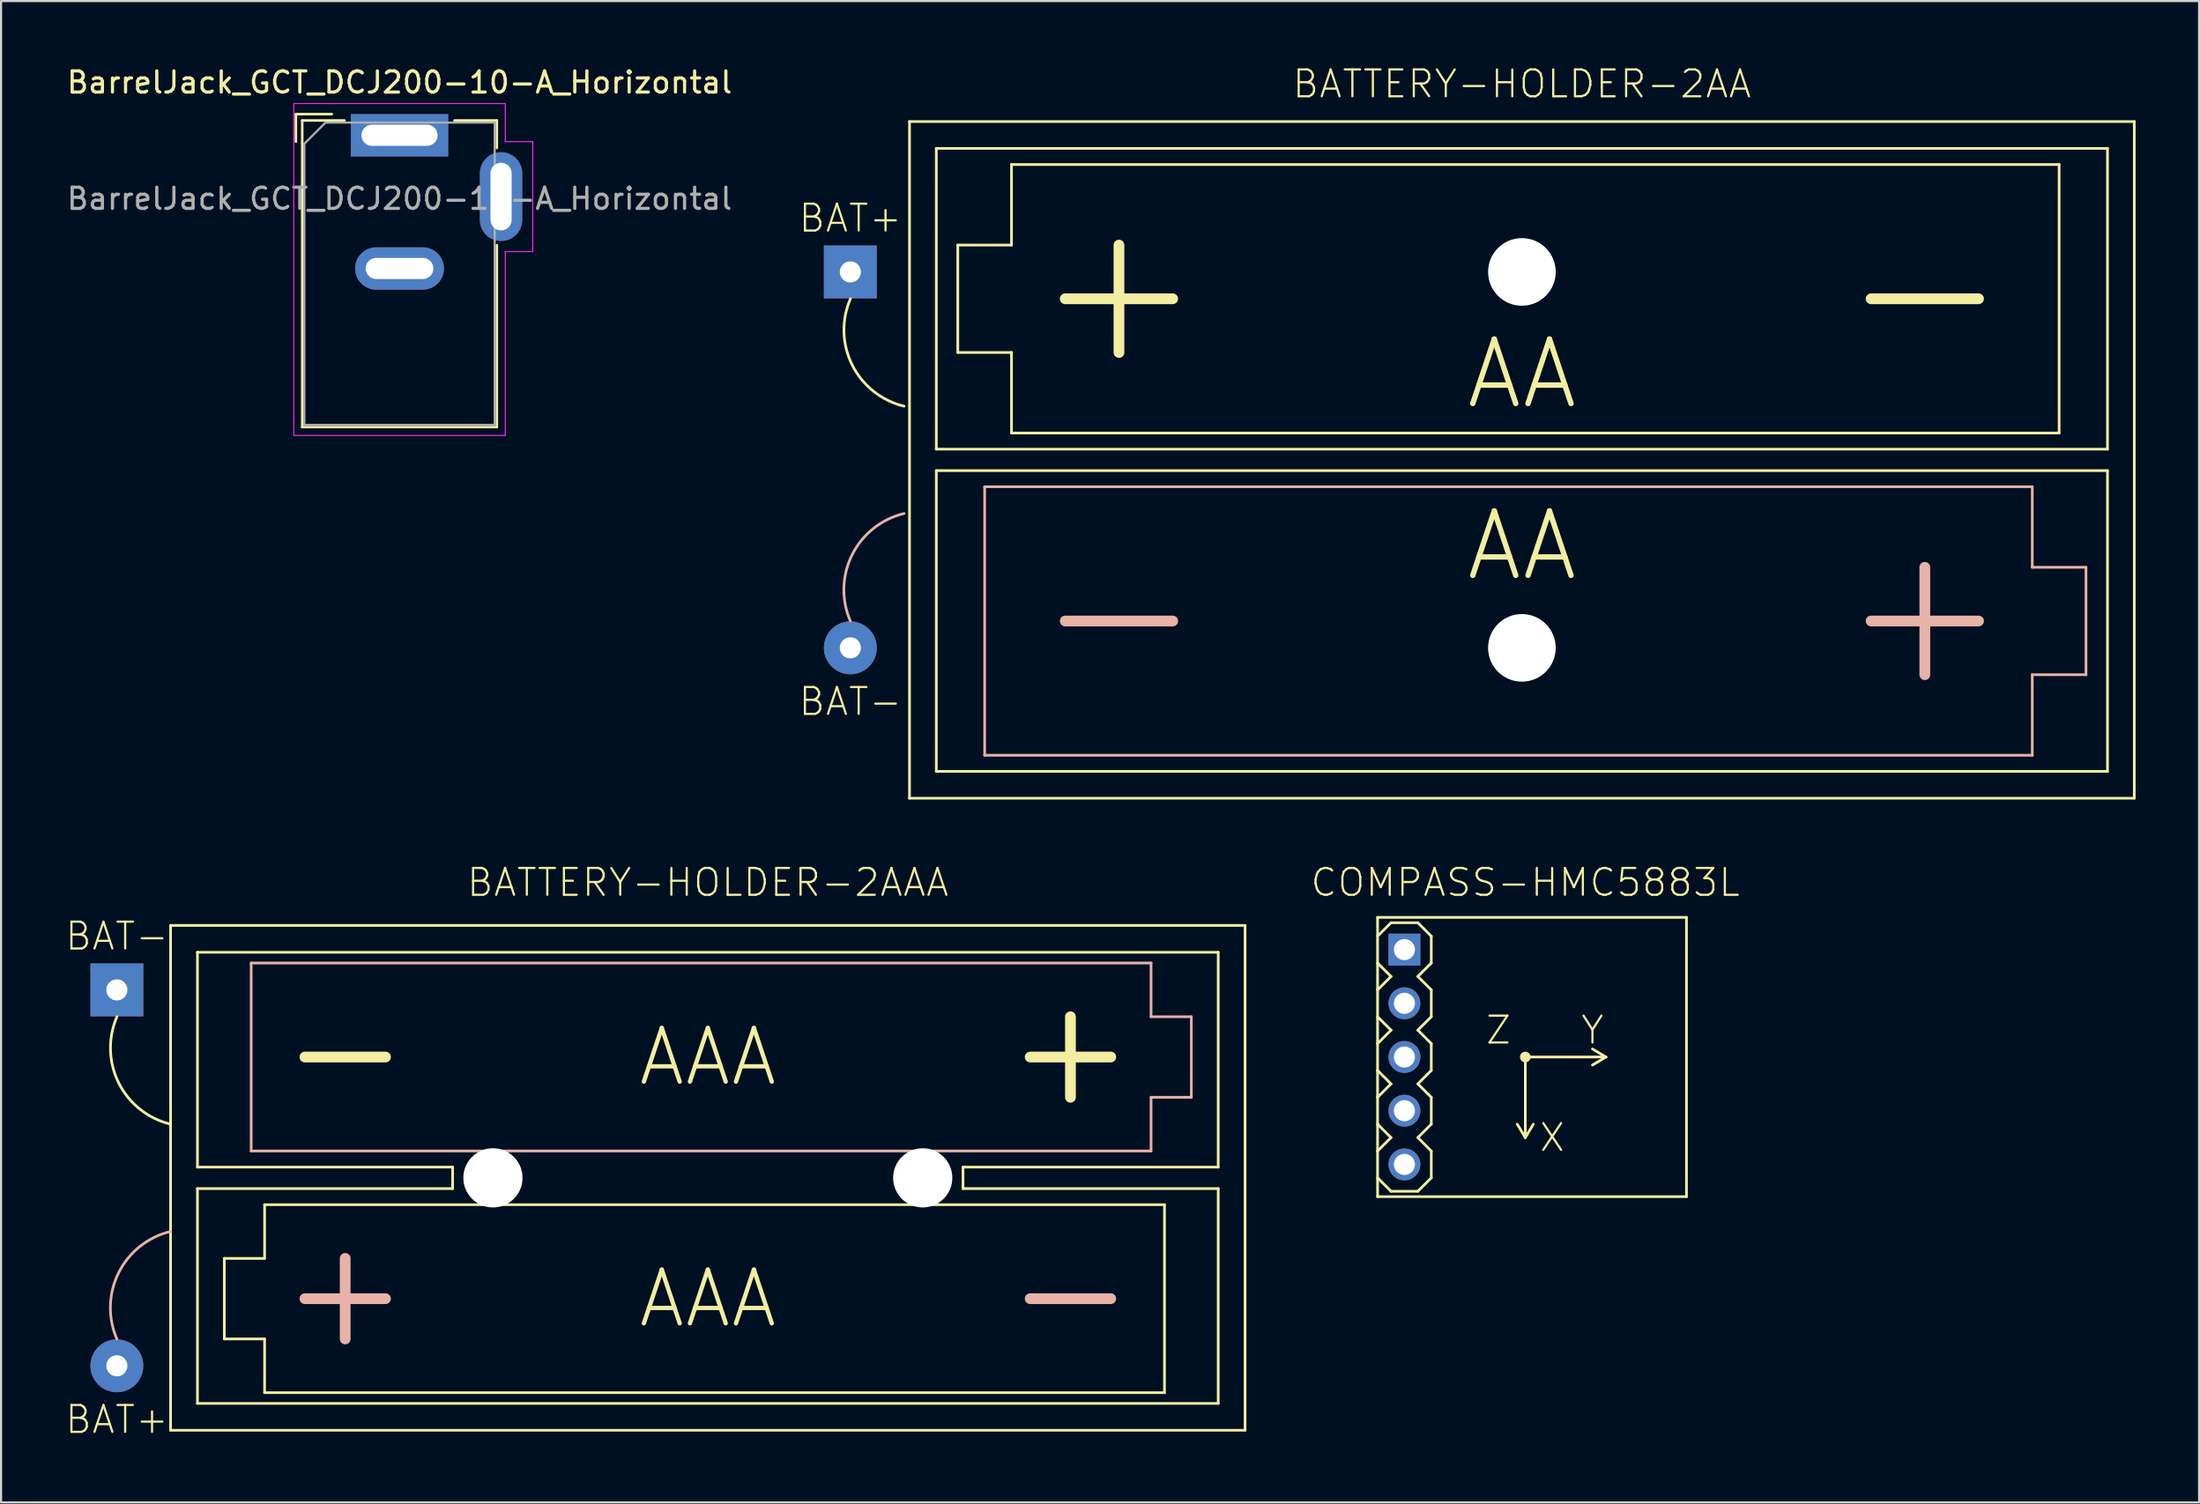
<source format=kicad_pcb>
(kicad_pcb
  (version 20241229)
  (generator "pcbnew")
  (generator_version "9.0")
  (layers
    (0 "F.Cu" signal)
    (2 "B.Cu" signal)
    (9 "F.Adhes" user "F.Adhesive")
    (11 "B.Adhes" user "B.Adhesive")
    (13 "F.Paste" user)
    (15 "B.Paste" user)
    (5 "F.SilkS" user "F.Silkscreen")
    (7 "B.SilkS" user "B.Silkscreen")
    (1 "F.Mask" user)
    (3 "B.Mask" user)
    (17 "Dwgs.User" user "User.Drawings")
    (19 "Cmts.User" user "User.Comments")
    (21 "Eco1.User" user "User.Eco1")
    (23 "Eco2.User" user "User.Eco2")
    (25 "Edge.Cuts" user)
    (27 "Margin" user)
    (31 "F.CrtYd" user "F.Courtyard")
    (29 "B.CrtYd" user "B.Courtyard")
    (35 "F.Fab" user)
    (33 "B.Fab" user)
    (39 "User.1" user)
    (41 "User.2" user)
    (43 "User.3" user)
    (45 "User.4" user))
  (footprint "BATTERY-HOLDER-2AA"
    (layer "F.Cu")
    (at 68.903 18.701)
    (property "Reference" "BATTERY-HOLDER-2AA" (at 0 -17.78 0) (layer "F.SilkS") (effects (font (size 1.27 1.27) (thickness 0.102))))
    (attr exclude_from_pos_files exclude_from_bom)
    (fp_line (start -28.953 -16.002) (end 28.953 -16.002) (stroke (width 0.127) (type solid)) (layer "F.SilkS"))
    (fp_line (start -28.953 16.002) (end -28.953 -16.002) (stroke (width 0.127) (type solid)) (layer "F.SilkS"))
    (fp_line (start -27.686 -14.732) (end 27.686 -14.732) (stroke (width 0.127) (type solid)) (layer "F.SilkS"))
    (fp_line (start -27.686 -0.508) (end -27.686 -14.732) (stroke (width 0.127) (type solid)) (layer "F.SilkS"))
    (fp_line (start -27.686 14.732) (end -27.686 0.508) (stroke (width 0.127) (type solid)) (layer "F.SilkS"))
    (fp_line (start -26.67 -10.16) (end -24.13 -10.16) (stroke (width 0.127) (type solid)) (layer "F.SilkS"))
    (fp_line (start -26.67 -5.08) (end -26.67 -10.16) (stroke (width 0.127) (type solid)) (layer "F.SilkS"))
    (fp_line (start -24.13 -13.97) (end 25.4 -13.97) (stroke (width 0.127) (type solid)) (layer "F.SilkS"))
    (fp_line (start -24.13 -10.16) (end -24.13 -13.97) (stroke (width 0.127) (type solid)) (layer "F.SilkS"))
    (fp_line (start -24.13 -5.08) (end -26.67 -5.08) (stroke (width 0.127) (type solid)) (layer "F.SilkS"))
    (fp_line (start -24.13 -1.27) (end -24.13 -5.08) (stroke (width 0.127) (type solid)) (layer "F.SilkS"))
    (fp_line (start -21.59 -7.62) (end -16.51 -7.62) (stroke (width 0.508) (type solid)) (layer "F.SilkS"))
    (fp_line (start -19.05 -10.16) (end -19.05 -5.08) (stroke (width 0.508) (type solid)) (layer "F.SilkS"))
    (fp_line (start 21.59 -7.62) (end 16.51 -7.62) (stroke (width 0.508) (type solid)) (layer "F.SilkS"))
    (fp_line (start 25.4 -13.97) (end 25.4 -1.27) (stroke (width 0.127) (type solid)) (layer "F.SilkS"))
    (fp_line (start 25.4 -1.27) (end -24.13 -1.27) (stroke (width 0.127) (type solid)) (layer "F.SilkS"))
    (fp_line (start 27.686 -14.732) (end 27.686 -0.508) (stroke (width 0.127) (type solid)) (layer "F.SilkS"))
    (fp_line (start 27.686 -0.508) (end -27.686 -0.508) (stroke (width 0.127) (type solid)) (layer "F.SilkS"))
    (fp_line (start 27.686 0.508) (end -27.686 0.508) (stroke (width 0.127) (type solid)) (layer "F.SilkS"))
    (fp_line (start 27.686 0.508) (end 27.686 14.732) (stroke (width 0.127) (type solid)) (layer "F.SilkS"))
    (fp_line (start 27.686 14.732) (end -27.686 14.732) (stroke (width 0.127) (type solid)) (layer "F.SilkS"))
    (fp_line (start 28.953 -16.002) (end 28.953 16.002) (stroke (width 0.127) (type solid)) (layer "F.SilkS"))
    (fp_line (start 28.953 16.002) (end -28.953 16.002) (stroke (width 0.127) (type solid)) (layer "F.SilkS"))
    (fp_arc (start -29.21 -2.54) (mid -31.662535 -4.489042) (end -31.745941 -7.620613) (stroke (width 0.127) (type solid)) (layer "F.SilkS"))
    (fp_line (start -25.4 1.27) (end -25.4 13.97) (stroke (width 0.127) (type solid)) (layer "B.SilkS"))
    (fp_line (start -25.4 13.97) (end 24.13 13.97) (stroke (width 0.127) (type solid)) (layer "B.SilkS"))
    (fp_line (start -21.59 7.62) (end -16.51 7.62) (stroke (width 0.508) (type solid)) (layer "B.SilkS"))
    (fp_line (start 19.05 5.08) (end 19.05 10.16) (stroke (width 0.508) (type solid)) (layer "B.SilkS"))
    (fp_line (start 21.59 7.62) (end 16.51 7.62) (stroke (width 0.508) (type solid)) (layer "B.SilkS"))
    (fp_line (start 24.13 1.27) (end -25.4 1.27) (stroke (width 0.127) (type solid)) (layer "B.SilkS"))
    (fp_line (start 24.13 5.08) (end 24.13 1.27) (stroke (width 0.127) (type solid)) (layer "B.SilkS"))
    (fp_line (start 24.13 10.16) (end 26.67 10.16) (stroke (width 0.127) (type solid)) (layer "B.SilkS"))
    (fp_line (start 24.13 13.97) (end 24.13 10.16) (stroke (width 0.127) (type solid)) (layer "B.SilkS"))
    (fp_line (start 26.67 5.08) (end 24.13 5.08) (stroke (width 0.127) (type solid)) (layer "B.SilkS"))
    (fp_line (start 26.67 10.16) (end 26.67 5.08) (stroke (width 0.127) (type solid)) (layer "B.SilkS"))
    (fp_arc (start -31.75 7.62) (mid -31.664674 4.485538) (end -29.208691 2.536109) (stroke (width 0.127) (type solid)) (layer "B.SilkS"))
    (fp_text user "AA" (at 0 -4.064 0) (layer "F.SilkS") (effects (font (size 3.048 3.048) (thickness 0.254))))
    (fp_text user "BAT-" (at -31.75 11.43 0) (layer "F.SilkS") (effects (font (size 1.27 1.27) (thickness 0.102))))
    (fp_text user "AA" (at 0 4.064 0) (layer "F.SilkS") (effects (font (size 3.048 3.048) (thickness 0.254))))
    (fp_text user "BAT+" (at -31.75 -11.43 0) (layer "F.SilkS") (effects (font (size 1.27 1.27) (thickness 0.102))))
    (pad "" np_thru_hole circle (at 0 -8.89) (size 3.198 3.198) (drill 3.198) (layers "*.Cu" "*.Mask"))
    (pad "" np_thru_hole circle (at 0 8.89) (size 3.198 3.198) (drill 3.198) (layers "*.Cu" "*.Mask"))
    (pad "BAT+" thru_hole rect (at -31.75 -8.89) (size 2.5 2.5) (drill 1) (layers "*.Cu" "*.Paste" "*.Mask"))
    (pad "BAT-" thru_hole circle (at -31.75 8.89) (size 2.5 2.5) (drill 1) (layers "*.Cu" "*.Paste" "*.Mask")))
  (footprint "BATTERY-HOLDER-2AAA"
    (layer "F.Cu")
    (at 30.415 52.658)
    (property "Reference" "BATTERY-HOLDER-2AAA" (at 0 -13.97 0) (layer "F.SilkS") (effects (font (size 1.27 1.27) (thickness 0.102))))
    (attr exclude_from_pos_files exclude_from_bom)
    (fp_line (start -25.4 -11.938) (end 25.4 -11.938) (stroke (width 0.127) (type solid)) (layer "F.SilkS"))
    (fp_line (start -25.4 11.938) (end -25.4 -11.938) (stroke (width 0.127) (type solid)) (layer "F.SilkS"))
    (fp_line (start -24.13 -10.668) (end 24.13 -10.668) (stroke (width 0.127) (type solid)) (layer "F.SilkS"))
    (fp_line (start -24.13 -0.508) (end -24.13 -10.668) (stroke (width 0.127) (type solid)) (layer "F.SilkS"))
    (fp_line (start -24.13 -0.508) (end -12.065 -0.508) (stroke (width 0.127) (type solid)) (layer "F.SilkS"))
    (fp_line (start -24.13 10.668) (end -24.13 0.508) (stroke (width 0.127) (type solid)) (layer "F.SilkS"))
    (fp_line (start -22.86 3.81) (end -20.955 3.81) (stroke (width 0.127) (type solid)) (layer "F.SilkS"))
    (fp_line (start -22.86 7.62) (end -22.86 3.81) (stroke (width 0.127) (type solid)) (layer "F.SilkS"))
    (fp_line (start -20.955 1.27) (end 21.59 1.27) (stroke (width 0.127) (type solid)) (layer "F.SilkS"))
    (fp_line (start -20.955 3.81) (end -20.955 1.27) (stroke (width 0.127) (type solid)) (layer "F.SilkS"))
    (fp_line (start -20.955 7.62) (end -22.86 7.62) (stroke (width 0.127) (type solid)) (layer "F.SilkS"))
    (fp_line (start -20.955 10.16) (end -20.955 7.62) (stroke (width 0.127) (type solid)) (layer "F.SilkS"))
    (fp_line (start -19.05 -5.715) (end -15.24 -5.715) (stroke (width 0.508) (type solid)) (layer "F.SilkS"))
    (fp_line (start -12.065 -0.508) (end -12.065 0.508) (stroke (width 0.127) (type solid)) (layer "F.SilkS"))
    (fp_line (start -12.065 0.508) (end -24.13 0.508) (stroke (width 0.127) (type solid)) (layer "F.SilkS"))
    (fp_line (start 12.065 -0.508) (end 12.065 0.508) (stroke (width 0.127) (type solid)) (layer "F.SilkS"))
    (fp_line (start 12.065 0.508) (end 24.13 0.508) (stroke (width 0.127) (type solid)) (layer "F.SilkS"))
    (fp_line (start 15.24 -5.715) (end 19.05 -5.715) (stroke (width 0.508) (type solid)) (layer "F.SilkS"))
    (fp_line (start 17.145 -7.62) (end 17.145 -3.81) (stroke (width 0.508) (type solid)) (layer "F.SilkS"))
    (fp_line (start 21.59 1.27) (end 21.59 10.16) (stroke (width 0.127) (type solid)) (layer "F.SilkS"))
    (fp_line (start 21.59 10.16) (end -20.955 10.16) (stroke (width 0.127) (type solid)) (layer "F.SilkS"))
    (fp_line (start 24.13 -10.668) (end 24.13 -0.508) (stroke (width 0.127) (type solid)) (layer "F.SilkS"))
    (fp_line (start 24.13 -0.508) (end 12.065 -0.508) (stroke (width 0.127) (type solid)) (layer "F.SilkS"))
    (fp_line (start 24.13 0.508) (end 24.13 10.668) (stroke (width 0.127) (type solid)) (layer "F.SilkS"))
    (fp_line (start 24.13 10.668) (end -24.13 10.668) (stroke (width 0.127) (type solid)) (layer "F.SilkS"))
    (fp_line (start 25.4 -11.938) (end 25.4 11.938) (stroke (width 0.127) (type solid)) (layer "F.SilkS"))
    (fp_line (start 25.4 11.938) (end -25.4 11.938) (stroke (width 0.127) (type solid)) (layer "F.SilkS"))
    (fp_arc (start -25.4 -2.54) (mid -27.852535 -4.489042) (end -27.935941 -7.620613) (stroke (width 0.127) (type solid)) (layer "F.SilkS"))
    (fp_line (start -21.59 -10.16) (end -21.59 -1.27) (stroke (width 0.127) (type solid)) (layer "B.SilkS"))
    (fp_line (start -21.59 -1.27) (end 20.955 -1.27) (stroke (width 0.127) (type solid)) (layer "B.SilkS"))
    (fp_line (start -17.145 3.81) (end -17.145 7.62) (stroke (width 0.508) (type solid)) (layer "B.SilkS"))
    (fp_line (start -15.24 5.715) (end -19.05 5.715) (stroke (width 0.508) (type solid)) (layer "B.SilkS"))
    (fp_line (start 19.05 5.715) (end 15.24 5.715) (stroke (width 0.508) (type solid)) (layer "B.SilkS"))
    (fp_line (start 20.955 -10.16) (end -21.59 -10.16) (stroke (width 0.127) (type solid)) (layer "B.SilkS"))
    (fp_line (start 20.955 -7.62) (end 20.955 -10.16) (stroke (width 0.127) (type solid)) (layer "B.SilkS"))
    (fp_line (start 20.955 -3.81) (end 22.86 -3.81) (stroke (width 0.127) (type solid)) (layer "B.SilkS"))
    (fp_line (start 20.955 -1.27) (end 20.955 -3.81) (stroke (width 0.127) (type solid)) (layer "B.SilkS"))
    (fp_line (start 22.86 -7.62) (end 20.955 -7.62) (stroke (width 0.127) (type solid)) (layer "B.SilkS"))
    (fp_line (start 22.86 -3.81) (end 22.86 -7.62) (stroke (width 0.127) (type solid)) (layer "B.SilkS"))
    (fp_arc (start -27.94 7.62) (mid -27.854674 4.485538) (end -25.398691 2.536109) (stroke (width 0.127) (type solid)) (layer "B.SilkS"))
    (fp_text user "BAT+" (at -27.94 11.43 0) (layer "F.SilkS") (effects (font (size 1.27 1.27) (thickness 0.102))))
    (fp_text user "AAA" (at 0 -5.715 0) (layer "F.SilkS") (effects (font (size 2.54 2.54) (thickness 0.203))))
    (fp_text user "BAT-" (at -27.94 -11.43 0) (layer "F.SilkS") (effects (font (size 1.27 1.27) (thickness 0.102))))
    (fp_text user "AAA" (at 0 5.715 0) (layer "F.SilkS") (effects (font (size 2.54 2.54) (thickness 0.203))))
    (pad "" np_thru_hole circle (at -10.16 0) (size 2.799 2.799) (drill 2.799) (layers "*.Cu" "*.Mask"))
    (pad "" np_thru_hole circle (at 10.16 0) (size 2.799 2.799) (drill 2.799) (layers "*.Cu" "*.Mask"))
    (pad "BAT+" thru_hole circle (at -27.94 8.89) (size 2.5 2.5) (drill 1) (layers "*.Cu" "*.Paste" "*.Mask"))
    (pad "BAT-" thru_hole rect (at -27.94 -8.89) (size 2.5 2.5) (drill 1) (layers "*.Cu" "*.Paste" "*.Mask")))
  (footprint "BarrelJack_GCT_DCJ200-10-A_Horizontal"
    (layer "F.Cu")
    (at 15.839 3.348)
    (property "Reference" "BarrelJack_GCT_DCJ200-10-A_Horizontal" (at 0 -2.5 0) (layer "F.SilkS") (effects (font (size 1 1) (thickness 0.15))))
    (attr through_hole)
    (fp_line (start -4.9 -1) (end -4.9 0.3) (stroke (width 0.12) (type solid)) (layer "F.SilkS"))
    (fp_line (start -4.6 -0.7) (end -2.6 -0.7) (stroke (width 0.12) (type solid)) (layer "F.SilkS"))
    (fp_line (start -4.6 13.8) (end -4.6 -0.7) (stroke (width 0.12) (type solid)) (layer "F.SilkS"))
    (fp_line (start -3.2 -1) (end -4.9 -1) (stroke (width 0.12) (type solid)) (layer "F.SilkS"))
    (fp_line (start 2.6 -0.7) (end 4.6 -0.7) (stroke (width 0.12) (type solid)) (layer "F.SilkS"))
    (fp_line (start 4.6 -0.7) (end 4.6 0.6) (stroke (width 0.12) (type solid)) (layer "F.SilkS"))
    (fp_line (start 4.6 5.2) (end 4.6 13.8) (stroke (width 0.12) (type solid)) (layer "F.SilkS"))
    (fp_line (start 4.6 13.8) (end -4.6 13.8) (stroke (width 0.12) (type solid)) (layer "F.SilkS"))
    (fp_line (start -5 -1.5) (end -5 14.2) (stroke (width 0.05) (type solid)) (layer "F.CrtYd"))
    (fp_line (start -5 14.2) (end 5 14.2) (stroke (width 0.05) (type solid)) (layer "F.CrtYd"))
    (fp_line (start 5 -1.5) (end -5 -1.5) (stroke (width 0.05) (type solid)) (layer "F.CrtYd"))
    (fp_line (start 5 0.3) (end 5 -1.5) (stroke (width 0.05) (type solid)) (layer "F.CrtYd"))
    (fp_line (start 5 14.2) (end 5 5.5) (stroke (width 0.05) (type solid)) (layer "F.CrtYd"))
    (fp_line (start 6.3 0.3) (end 5 0.3) (stroke (width 0.05) (type solid)) (layer "F.CrtYd"))
    (fp_line (start 6.3 0.3) (end 6.3 5.5) (stroke (width 0.05) (type solid)) (layer "F.CrtYd"))
    (fp_line (start 6.3 5.5) (end 5 5.5) (stroke (width 0.05) (type solid)) (layer "F.CrtYd"))
    (fp_line (start -4.5 0.4) (end -3.5 -0.6) (stroke (width 0.1) (type solid)) (layer "F.Fab"))
    (fp_line (start -4.5 13.7) (end -4.5 0.4) (stroke (width 0.1) (type solid)) (layer "F.Fab"))
    (fp_line (start 4.5 -0.6) (end -3.5 -0.6) (stroke (width 0.1) (type solid)) (layer "F.Fab"))
    (fp_line (start 4.5 -0.6) (end 4.5 13.7) (stroke (width 0.1) (type solid)) (layer "F.Fab"))
    (fp_line (start 4.5 13.7) (end -4.5 13.7) (stroke (width 0.1) (type solid)) (layer "F.Fab"))
    (fp_text user "${REFERENCE}" (at 0 3 0) (layer "F.Fab") (effects (font (size 1 1) (thickness 0.15))))
    (pad "1" thru_hole rect (at 0 0) (size 4.6 2) (drill oval 3.6 1) (layers "*.Cu" "*.Mask"))
    (pad "2" thru_hole oval (at 0 6.3) (size 4.2 2) (drill oval 3.2 1) (layers "*.Cu" "*.Mask"))
    (pad "3" thru_hole oval (at 4.8 2.9) (size 2 4.2) (drill oval 1 3.2) (layers "*.Cu" "*.Mask")))
  (footprint "COMPASS-HMC5883L"
    (layer "F.Cu")
    (at 69.064 46.943)
    (property "Reference" "COMPASS-HMC5883L" (at 0 -8.255 0) (layer "F.SilkS") (effects (font (size 1.27 1.27) (thickness 0.102))))
    (attr exclude_from_pos_files exclude_from_bom)
    (fp_line (start -6.985 -6.604) (end 7.62 -6.604) (stroke (width 0.127) (type solid)) (layer "F.SilkS"))
    (fp_line (start -6.985 -5.715) (end -6.35 -6.35) (stroke (width 0.127) (type solid)) (layer "F.SilkS"))
    (fp_line (start -6.985 -4.445) (end -6.985 -6.604) (stroke (width 0.127) (type solid)) (layer "F.SilkS"))
    (fp_line (start -6.985 -3.175) (end -6.985 -4.445) (stroke (width 0.127) (type solid)) (layer "F.SilkS"))
    (fp_line (start -6.985 -3.175) (end -6.35 -3.81) (stroke (width 0.127) (type solid)) (layer "F.SilkS"))
    (fp_line (start -6.985 -1.905) (end -6.985 -3.175) (stroke (width 0.127) (type solid)) (layer "F.SilkS"))
    (fp_line (start -6.985 -0.635) (end -6.985 -1.905) (stroke (width 0.127) (type solid)) (layer "F.SilkS"))
    (fp_line (start -6.985 -0.635) (end -6.35 -1.27) (stroke (width 0.127) (type solid)) (layer "F.SilkS"))
    (fp_line (start -6.985 0.635) (end -6.985 -0.635) (stroke (width 0.127) (type solid)) (layer "F.SilkS"))
    (fp_line (start -6.985 1.905) (end -6.985 0.635) (stroke (width 0.127) (type solid)) (layer "F.SilkS"))
    (fp_line (start -6.985 1.905) (end -6.35 1.27) (stroke (width 0.127) (type solid)) (layer "F.SilkS"))
    (fp_line (start -6.985 3.175) (end -6.985 1.905) (stroke (width 0.127) (type solid)) (layer "F.SilkS"))
    (fp_line (start -6.985 4.445) (end -6.985 3.175) (stroke (width 0.127) (type solid)) (layer "F.SilkS"))
    (fp_line (start -6.985 4.445) (end -6.35 3.81) (stroke (width 0.127) (type solid)) (layer "F.SilkS"))
    (fp_line (start -6.985 6.604) (end -6.985 4.445) (stroke (width 0.127) (type solid)) (layer "F.SilkS"))
    (fp_line (start -6.35 -6.35) (end -5.08 -6.35) (stroke (width 0.127) (type solid)) (layer "F.SilkS"))
    (fp_line (start -6.35 -3.81) (end -6.985 -4.445) (stroke (width 0.127) (type solid)) (layer "F.SilkS"))
    (fp_line (start -6.35 -1.27) (end -6.985 -1.905) (stroke (width 0.127) (type solid)) (layer "F.SilkS"))
    (fp_line (start -6.35 1.27) (end -6.985 0.635) (stroke (width 0.127) (type solid)) (layer "F.SilkS"))
    (fp_line (start -6.35 3.81) (end -6.985 3.175) (stroke (width 0.127) (type solid)) (layer "F.SilkS"))
    (fp_line (start -6.35 6.35) (end -6.985 5.715) (stroke (width 0.127) (type solid)) (layer "F.SilkS"))
    (fp_line (start -5.08 -6.35) (end -4.445 -5.715) (stroke (width 0.127) (type solid)) (layer "F.SilkS"))
    (fp_line (start -5.08 -3.81) (end -4.445 -3.175) (stroke (width 0.127) (type solid)) (layer "F.SilkS"))
    (fp_line (start -5.08 -1.27) (end -4.445 -0.635) (stroke (width 0.127) (type solid)) (layer "F.SilkS"))
    (fp_line (start -5.08 1.27) (end -4.445 1.905) (stroke (width 0.127) (type solid)) (layer "F.SilkS"))
    (fp_line (start -5.08 3.81) (end -4.445 4.445) (stroke (width 0.127) (type solid)) (layer "F.SilkS"))
    (fp_line (start -5.08 6.35) (end -6.35 6.35) (stroke (width 0.127) (type solid)) (layer "F.SilkS"))
    (fp_line (start -4.445 -5.715) (end -4.445 -4.445) (stroke (width 0.127) (type solid)) (layer "F.SilkS"))
    (fp_line (start -4.445 -4.445) (end -5.08 -3.81) (stroke (width 0.127) (type solid)) (layer "F.SilkS"))
    (fp_line (start -4.445 -3.175) (end -4.445 -1.905) (stroke (width 0.127) (type solid)) (layer "F.SilkS"))
    (fp_line (start -4.445 -1.905) (end -5.08 -1.27) (stroke (width 0.127) (type solid)) (layer "F.SilkS"))
    (fp_line (start -4.445 -0.635) (end -4.445 0.635) (stroke (width 0.127) (type solid)) (layer "F.SilkS"))
    (fp_line (start -4.445 0.635) (end -5.08 1.27) (stroke (width 0.127) (type solid)) (layer "F.SilkS"))
    (fp_line (start -4.445 1.905) (end -4.445 3.175) (stroke (width 0.127) (type solid)) (layer "F.SilkS"))
    (fp_line (start -4.445 3.175) (end -5.08 3.81) (stroke (width 0.127) (type solid)) (layer "F.SilkS"))
    (fp_line (start -4.445 4.445) (end -4.445 5.715) (stroke (width 0.127) (type solid)) (layer "F.SilkS"))
    (fp_line (start -4.445 5.715) (end -5.08 6.35) (stroke (width 0.127) (type solid)) (layer "F.SilkS"))
    (fp_line (start 0 0) (end 0 3.81) (stroke (width 0.127) (type solid)) (layer "F.SilkS"))
    (fp_line (start 0 0) (end 3.81 0) (stroke (width 0.127) (type solid)) (layer "F.SilkS"))
    (fp_line (start 0 3.81) (end -0.381 3.175) (stroke (width 0.127) (type solid)) (layer "F.SilkS"))
    (fp_line (start 0 3.81) (end 0.381 3.175) (stroke (width 0.127) (type solid)) (layer "F.SilkS"))
    (fp_line (start 3.175 -0.381) (end 3.81 0) (stroke (width 0.127) (type solid)) (layer "F.SilkS"))
    (fp_line (start 3.81 0) (end 3.175 0.381) (stroke (width 0.127) (type solid)) (layer "F.SilkS"))
    (fp_line (start 7.62 -6.604) (end 7.62 6.604) (stroke (width 0.127) (type solid)) (layer "F.SilkS"))
    (fp_line (start 7.62 6.604) (end -6.985 6.604) (stroke (width 0.127) (type solid)) (layer "F.SilkS"))
    (fp_circle (center 0 0) (end 0 -0.127) (stroke (width 0.254) (type solid)) (fill no) (layer "F.SilkS"))
    (fp_text user "Y" (at 3.175 -1.27 0) (layer "F.SilkS") (effects (font (size 1.27 1.27) (thickness 0.102))))
    (fp_text user "Z" (at -1.27 -1.27 0) (layer "F.SilkS") (effects (font (size 1.27 1.27) (thickness 0.102))))
    (fp_text user "X" (at 1.27 3.81 0) (layer "F.SilkS") (effects (font (size 1.27 1.27) (thickness 0.102))))
    (pad "1" thru_hole rect (at -5.715 -5.08) (size 1.506 1.506) (drill 0.998) (layers "*.Cu" "*.Paste" "*.Mask"))
    (pad "2" thru_hole circle (at -5.715 -2.54) (size 1.506 1.506) (drill 0.998) (layers "*.Cu" "*.Paste" "*.Mask"))
    (pad "3" thru_hole circle (at -5.715 0) (size 1.506 1.506) (drill 0.998) (layers "*.Cu" "*.Paste" "*.Mask"))
    (pad "4" thru_hole circle (at -5.715 2.54) (size 1.506 1.506) (drill 0.998) (layers "*.Cu" "*.Paste" "*.Mask"))
    (pad "5" thru_hole circle (at -5.715 5.08) (size 1.506 1.506) (drill 0.998) (layers "*.Cu" "*.Paste" "*.Mask")))
  (gr_rect
    (start -3 -3)
    (end 100.92 68.009)
    (stroke (width 0.1) (type default))
    (fill no)
    (layer "Edge.Cuts")))
</source>
